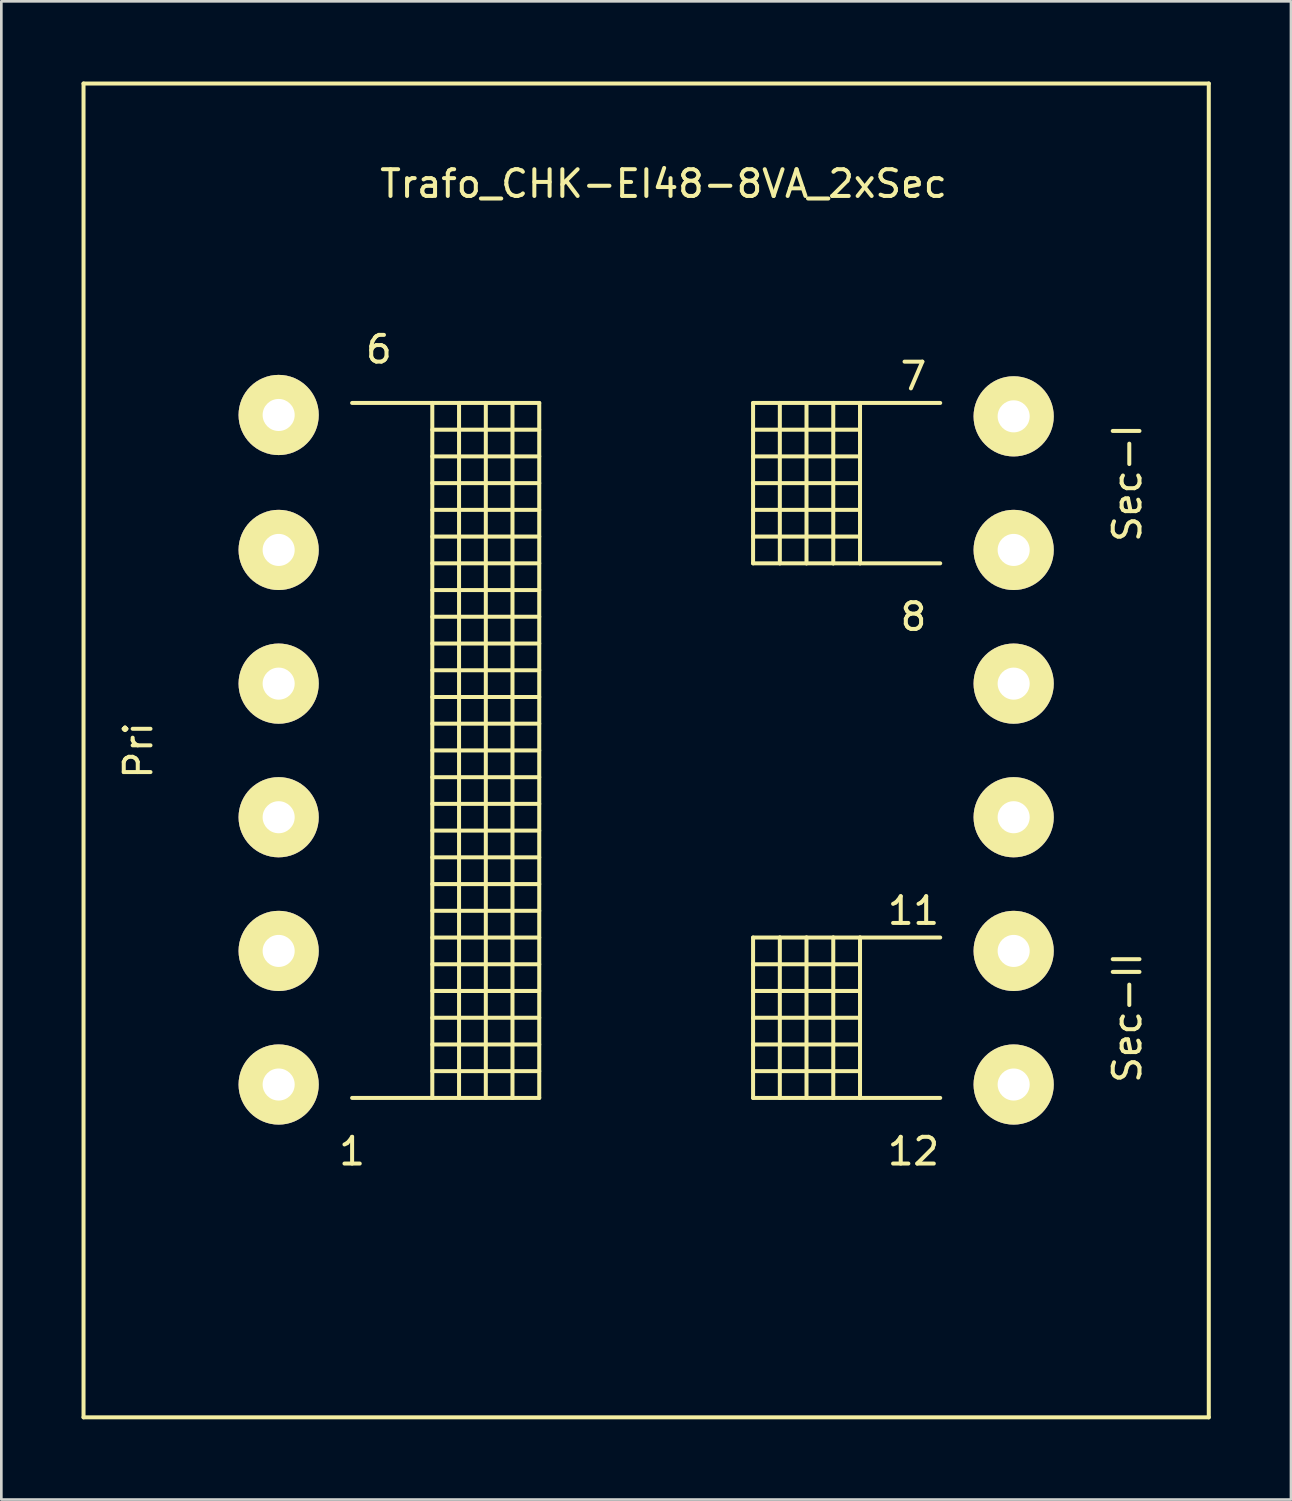
<source format=kicad_pcb>
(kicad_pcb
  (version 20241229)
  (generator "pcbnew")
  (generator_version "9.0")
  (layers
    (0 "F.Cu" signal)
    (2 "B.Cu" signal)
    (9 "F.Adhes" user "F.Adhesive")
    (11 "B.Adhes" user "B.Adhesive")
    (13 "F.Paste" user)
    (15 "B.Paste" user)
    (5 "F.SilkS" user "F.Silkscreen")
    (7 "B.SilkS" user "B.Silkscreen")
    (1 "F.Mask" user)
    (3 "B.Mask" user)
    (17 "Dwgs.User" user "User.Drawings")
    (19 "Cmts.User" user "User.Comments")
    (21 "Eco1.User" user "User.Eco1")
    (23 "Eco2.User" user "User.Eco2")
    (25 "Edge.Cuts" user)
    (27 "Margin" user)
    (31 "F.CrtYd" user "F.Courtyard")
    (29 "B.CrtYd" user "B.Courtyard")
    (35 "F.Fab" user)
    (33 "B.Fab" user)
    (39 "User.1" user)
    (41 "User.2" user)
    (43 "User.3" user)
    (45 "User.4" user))
  (footprint "Trafo_CHK-EI48-8VA_2xSec"
    (layer "F.Cu")
    (at 21.124 25.025)
    (property "Reference" "Trafo_CHK-EI48-8VA_2xSec" (at 0.65 -21.199 0) (layer "F.SilkS") (effects (font (size 1 1) (thickness 0.15))))
    (attr through_hole)
    (fp_line (start -21.049 -24.95) (end 21.049 -24.95) (stroke (width 0.15) (type solid)) (layer "F.SilkS"))
    (fp_line (start -21.049 24.95) (end -21.049 -24.95) (stroke (width 0.15) (type solid)) (layer "F.SilkS"))
    (fp_line (start -11.001 -13) (end -8.001 -13) (stroke (width 0.15) (type solid)) (layer "F.SilkS"))
    (fp_line (start -8.001 -13) (end -8.001 13) (stroke (width 0.15) (type solid)) (layer "F.SilkS"))
    (fp_line (start -8.001 -13) (end -7 -13) (stroke (width 0.15) (type solid)) (layer "F.SilkS"))
    (fp_line (start -8.001 -11.999) (end -4 -11.999) (stroke (width 0.15) (type solid)) (layer "F.SilkS"))
    (fp_line (start -8.001 -11.001) (end -4 -11.001) (stroke (width 0.15) (type solid)) (layer "F.SilkS"))
    (fp_line (start -8.001 -10) (end -4 -10) (stroke (width 0.15) (type solid)) (layer "F.SilkS"))
    (fp_line (start -8.001 -8.999) (end -4 -8.999) (stroke (width 0.15) (type solid)) (layer "F.SilkS"))
    (fp_line (start -8.001 -8.001) (end -4 -8.001) (stroke (width 0.15) (type solid)) (layer "F.SilkS"))
    (fp_line (start -8.001 -7) (end -4 -7) (stroke (width 0.15) (type solid)) (layer "F.SilkS"))
    (fp_line (start -8.001 -5.999) (end -4 -5.999) (stroke (width 0.15) (type solid)) (layer "F.SilkS"))
    (fp_line (start -8.001 -5.001) (end -4 -5.001) (stroke (width 0.15) (type solid)) (layer "F.SilkS"))
    (fp_line (start -8.001 -4) (end -4 -4) (stroke (width 0.15) (type solid)) (layer "F.SilkS"))
    (fp_line (start -8.001 -3) (end -4 -3) (stroke (width 0.15) (type solid)) (layer "F.SilkS"))
    (fp_line (start -8.001 -1.001) (end -4 -1.001) (stroke (width 0.15) (type solid)) (layer "F.SilkS"))
    (fp_line (start -8.001 0) (end -4 0) (stroke (width 0.15) (type solid)) (layer "F.SilkS"))
    (fp_line (start -8.001 1.999) (end -4 1.999) (stroke (width 0.15) (type solid)) (layer "F.SilkS"))
    (fp_line (start -8.001 4) (end -4 4) (stroke (width 0.15) (type solid)) (layer "F.SilkS"))
    (fp_line (start -8.001 5.999) (end -4 5.999) (stroke (width 0.15) (type solid)) (layer "F.SilkS"))
    (fp_line (start -8.001 8.001) (end -4 8.001) (stroke (width 0.15) (type solid)) (layer "F.SilkS"))
    (fp_line (start -8.001 10) (end -4 10) (stroke (width 0.15) (type solid)) (layer "F.SilkS"))
    (fp_line (start -8.001 11.999) (end -4 11.999) (stroke (width 0.15) (type solid)) (layer "F.SilkS"))
    (fp_line (start -8.001 13) (end -11.001 13) (stroke (width 0.15) (type solid)) (layer "F.SilkS"))
    (fp_line (start -7 -13) (end -7 13) (stroke (width 0.15) (type solid)) (layer "F.SilkS"))
    (fp_line (start -7 -13) (end -5.999 -13) (stroke (width 0.15) (type solid)) (layer "F.SilkS"))
    (fp_line (start -7 13) (end -8.001 13) (stroke (width 0.15) (type solid)) (layer "F.SilkS"))
    (fp_line (start -5.999 -13) (end -5.999 13) (stroke (width 0.15) (type solid)) (layer "F.SilkS"))
    (fp_line (start -5.999 -13) (end -5.001 -13) (stroke (width 0.15) (type solid)) (layer "F.SilkS"))
    (fp_line (start -5.999 13) (end -7 13) (stroke (width 0.15) (type solid)) (layer "F.SilkS"))
    (fp_line (start -5.001 -13) (end -5.001 13) (stroke (width 0.15) (type solid)) (layer "F.SilkS"))
    (fp_line (start -5.001 -13) (end -4 -13) (stroke (width 0.15) (type solid)) (layer "F.SilkS"))
    (fp_line (start -5.001 13) (end -5.999 13) (stroke (width 0.15) (type solid)) (layer "F.SilkS"))
    (fp_line (start -4 -13) (end -4 13) (stroke (width 0.15) (type solid)) (layer "F.SilkS"))
    (fp_line (start -4 -1.999) (end -8.001 -1.999) (stroke (width 0.15) (type solid)) (layer "F.SilkS"))
    (fp_line (start -4 1.001) (end -8.001 1.001) (stroke (width 0.15) (type solid)) (layer "F.SilkS"))
    (fp_line (start -4 3) (end -8.001 3) (stroke (width 0.15) (type solid)) (layer "F.SilkS"))
    (fp_line (start -4 5.001) (end -8.001 5.001) (stroke (width 0.15) (type solid)) (layer "F.SilkS"))
    (fp_line (start -4 7) (end -8.001 7) (stroke (width 0.15) (type solid)) (layer "F.SilkS"))
    (fp_line (start -4 8.999) (end -8.001 8.999) (stroke (width 0.15) (type solid)) (layer "F.SilkS"))
    (fp_line (start -4 11.001) (end -8.001 11.001) (stroke (width 0.15) (type solid)) (layer "F.SilkS"))
    (fp_line (start -4 13) (end -5.001 13) (stroke (width 0.15) (type solid)) (layer "F.SilkS"))
    (fp_line (start 4 -13) (end 4 -7) (stroke (width 0.15) (type solid)) (layer "F.SilkS"))
    (fp_line (start 4 -11.999) (end 8.001 -11.999) (stroke (width 0.15) (type solid)) (layer "F.SilkS"))
    (fp_line (start 4 -11.001) (end 8.001 -11.001) (stroke (width 0.15) (type solid)) (layer "F.SilkS"))
    (fp_line (start 4 -10) (end 8.001 -10) (stroke (width 0.15) (type solid)) (layer "F.SilkS"))
    (fp_line (start 4 -8.999) (end 8.001 -8.999) (stroke (width 0.15) (type solid)) (layer "F.SilkS"))
    (fp_line (start 4 -8.001) (end 8.001 -8.001) (stroke (width 0.15) (type solid)) (layer "F.SilkS"))
    (fp_line (start 4 -7) (end 5.001 -7) (stroke (width 0.15) (type solid)) (layer "F.SilkS"))
    (fp_line (start 4 7) (end 4 13) (stroke (width 0.15) (type solid)) (layer "F.SilkS"))
    (fp_line (start 4 8.001) (end 8.001 8.001) (stroke (width 0.15) (type solid)) (layer "F.SilkS"))
    (fp_line (start 4 8.999) (end 8.001 8.999) (stroke (width 0.15) (type solid)) (layer "F.SilkS"))
    (fp_line (start 4 10) (end 8.001 10) (stroke (width 0.15) (type solid)) (layer "F.SilkS"))
    (fp_line (start 4 11.001) (end 8.001 11.001) (stroke (width 0.15) (type solid)) (layer "F.SilkS"))
    (fp_line (start 4 11.999) (end 8.001 11.999) (stroke (width 0.15) (type solid)) (layer "F.SilkS"))
    (fp_line (start 4 13) (end 5.001 13) (stroke (width 0.15) (type solid)) (layer "F.SilkS"))
    (fp_line (start 5.001 -13) (end 4 -13) (stroke (width 0.15) (type solid)) (layer "F.SilkS"))
    (fp_line (start 5.001 -13) (end 5.001 -7) (stroke (width 0.15) (type solid)) (layer "F.SilkS"))
    (fp_line (start 5.001 -7) (end 5.999 -7) (stroke (width 0.15) (type solid)) (layer "F.SilkS"))
    (fp_line (start 5.001 7) (end 4 7) (stroke (width 0.15) (type solid)) (layer "F.SilkS"))
    (fp_line (start 5.001 7) (end 5.001 13) (stroke (width 0.15) (type solid)) (layer "F.SilkS"))
    (fp_line (start 5.001 13) (end 5.999 13) (stroke (width 0.15) (type solid)) (layer "F.SilkS"))
    (fp_line (start 5.999 -13) (end 5.001 -13) (stroke (width 0.15) (type solid)) (layer "F.SilkS"))
    (fp_line (start 5.999 -13) (end 5.999 -7) (stroke (width 0.15) (type solid)) (layer "F.SilkS"))
    (fp_line (start 5.999 -7) (end 7 -7) (stroke (width 0.15) (type solid)) (layer "F.SilkS"))
    (fp_line (start 5.999 7) (end 5.001 7) (stroke (width 0.15) (type solid)) (layer "F.SilkS"))
    (fp_line (start 5.999 7) (end 5.999 13) (stroke (width 0.15) (type solid)) (layer "F.SilkS"))
    (fp_line (start 5.999 13) (end 7 13) (stroke (width 0.15) (type solid)) (layer "F.SilkS"))
    (fp_line (start 7 -13) (end 5.999 -13) (stroke (width 0.15) (type solid)) (layer "F.SilkS"))
    (fp_line (start 7 -13) (end 7 -7) (stroke (width 0.15) (type solid)) (layer "F.SilkS"))
    (fp_line (start 7 -7) (end 8.001 -7) (stroke (width 0.15) (type solid)) (layer "F.SilkS"))
    (fp_line (start 7 7) (end 5.999 7) (stroke (width 0.15) (type solid)) (layer "F.SilkS"))
    (fp_line (start 7 7) (end 7 13) (stroke (width 0.15) (type solid)) (layer "F.SilkS"))
    (fp_line (start 7 13) (end 8.001 13) (stroke (width 0.15) (type solid)) (layer "F.SilkS"))
    (fp_line (start 8.001 -13) (end 7 -13) (stroke (width 0.15) (type solid)) (layer "F.SilkS"))
    (fp_line (start 8.001 -13) (end 8.001 -7) (stroke (width 0.15) (type solid)) (layer "F.SilkS"))
    (fp_line (start 8.001 -7) (end 11.001 -7) (stroke (width 0.15) (type solid)) (layer "F.SilkS"))
    (fp_line (start 8.001 7) (end 7 7) (stroke (width 0.15) (type solid)) (layer "F.SilkS"))
    (fp_line (start 8.001 7) (end 8.001 13) (stroke (width 0.15) (type solid)) (layer "F.SilkS"))
    (fp_line (start 8.001 13) (end 11.001 13) (stroke (width 0.15) (type solid)) (layer "F.SilkS"))
    (fp_line (start 11.001 -13) (end 8.001 -13) (stroke (width 0.15) (type solid)) (layer "F.SilkS"))
    (fp_line (start 11.001 7) (end 8.001 7) (stroke (width 0.15) (type solid)) (layer "F.SilkS"))
    (fp_line (start 21.049 -24.95) (end 21.049 24.95) (stroke (width 0.15) (type solid)) (layer "F.SilkS"))
    (fp_line (start 21.049 24.95) (end -21.049 24.95) (stroke (width 0.15) (type solid)) (layer "F.SilkS"))
    (fp_text user "6" (at -10 -15.001 0) (layer "F.SilkS") (effects (font (size 1 1) (thickness 0.15))))
    (fp_text user "7" (at 10 -14 0) (layer "F.SilkS") (effects (font (size 1 1) (thickness 0.15))))
    (fp_text user "Sec-II" (at 18.001 10 90) (layer "F.SilkS") (effects (font (size 1 1) (thickness 0.15))))
    (fp_text user "1" (at -11.001 15.001 0) (layer "F.SilkS") (effects (font (size 1 1) (thickness 0.15))))
    (fp_text user "Pri" (at -18.999 0 90) (layer "F.SilkS") (effects (font (size 1 1) (thickness 0.15))))
    (fp_text user "8" (at 10 -5.001 0) (layer "F.SilkS") (effects (font (size 1 1) (thickness 0.15))))
    (fp_text user "12" (at 10 15.001 0) (layer "F.SilkS") (effects (font (size 1 1) (thickness 0.15))))
    (fp_text user "11" (at 10 5.999 0) (layer "F.SilkS") (effects (font (size 1 1) (thickness 0.15))))
    (fp_text user "Sec-I" (at 18.001 -10 90) (layer "F.SilkS") (effects (font (size 1 1) (thickness 0.15))))
    (pad "1" thru_hole circle (at -13.749 12.499) (size 3 3) (drill 1.199) (layers "*.Cu" "*.Mask" "F.SilkS"))
    (pad "2" thru_hole circle (at -13.749 7.501) (size 3 3) (drill 1.199) (layers "*.Cu" "*.Mask" "F.SilkS"))
    (pad "3" thru_hole circle (at -13.749 2.499) (size 3 3) (drill 1.199) (layers "*.Cu" "*.Mask" "F.SilkS"))
    (pad "4" thru_hole circle (at -13.749 -2.499) (size 3 3) (drill 1.199) (layers "*.Cu" "*.Mask" "F.SilkS"))
    (pad "5" thru_hole circle (at -13.749 -7.501) (size 3 3) (drill 1.199) (layers "*.Cu" "*.Mask" "F.SilkS"))
    (pad "6" thru_hole circle (at -13.749 -12.55) (size 3 3) (drill 1.199) (layers "*.Cu" "*.Mask" "F.SilkS"))
    (pad "7" thru_hole circle (at 13.749 -12.499) (size 3 3) (drill 1.199) (layers "*.Cu" "*.Mask" "F.SilkS"))
    (pad "8" thru_hole circle (at 13.749 -7.501) (size 3 3) (drill 1.199) (layers "*.Cu" "*.Mask" "F.SilkS"))
    (pad "9" thru_hole circle (at 13.749 -2.499) (size 3 3) (drill 1.199) (layers "*.Cu" "*.Mask" "F.SilkS"))
    (pad "10" thru_hole circle (at 13.749 2.499) (size 3 3) (drill 1.199) (layers "*.Cu" "*.Mask" "F.SilkS"))
    (pad "11" thru_hole circle (at 13.749 7.501) (size 3 3) (drill 1.199) (layers "*.Cu" "*.Mask" "F.SilkS"))
    (pad "12" thru_hole circle (at 13.749 12.499) (size 3 3) (drill 1.199) (layers "*.Cu" "*.Mask" "F.SilkS")))
  (gr_rect
    (start -3 -3)
    (end 45.248 53.051)
    (stroke (width 0.1) (type default))
    (fill no)
    (layer "Edge.Cuts")))
</source>
